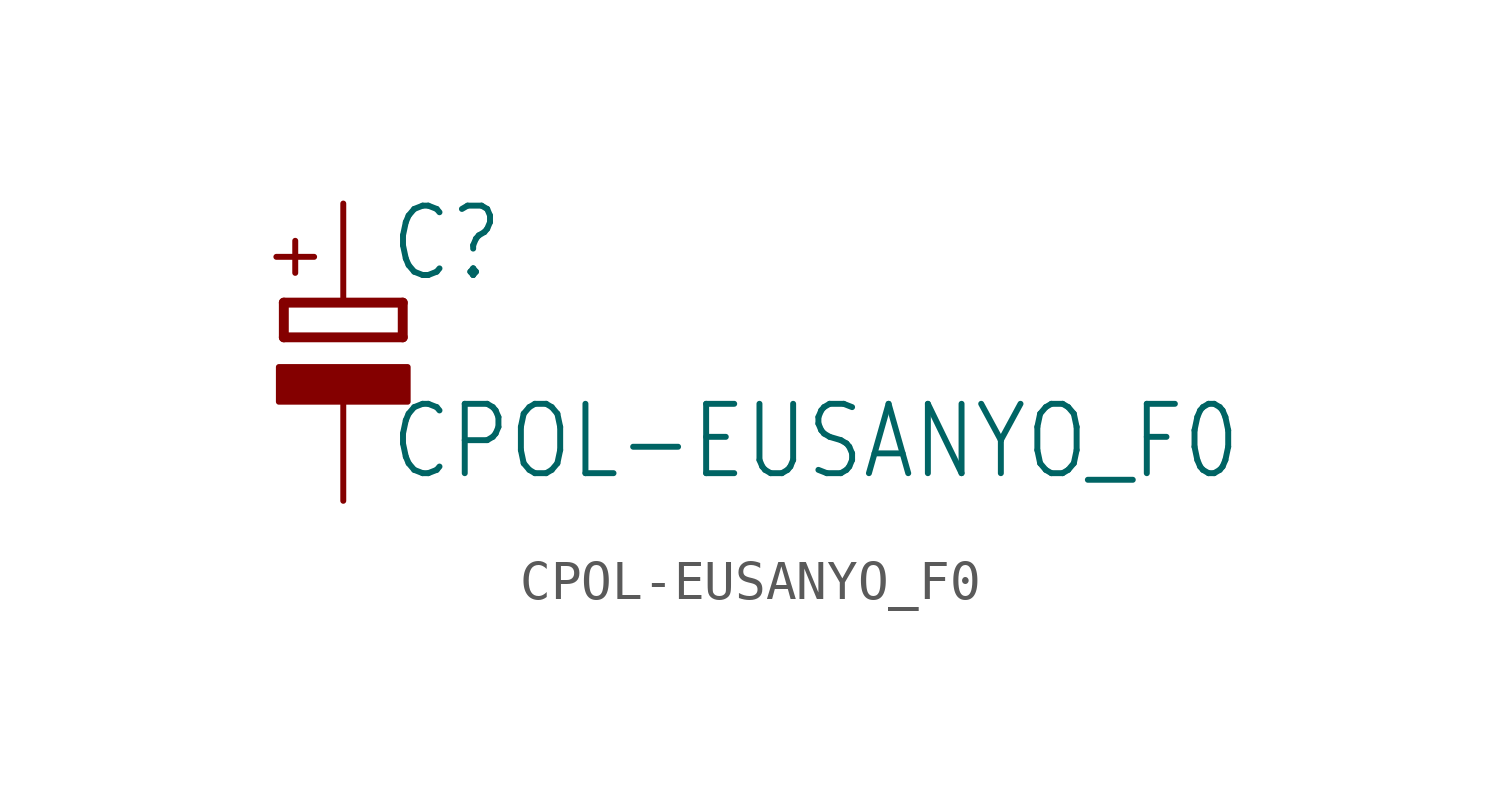
<source format=kicad_sym>
(kicad_symbol_lib
  (version 20211014)
  (generator kicad_symbol_editor)
  (symbol "CPOL-EUSANYO_F0"
    (property "Reference" "C"
      (at 1.143 0.483 0)
      (effects (font (size 1.778 1.511)) (justify left bottom)))
    (property "Value" "CPOL-EUSANYO_F0"
      (at 1.143 -4.597 0)
      (effects (font (size 1.778 1.511)) (justify left bottom)))
    (property "ki_locked" ""
      (at 0 0 0)
      (effects (font (size 1.27 1.27))))
    (symbol "CPOL-EUSANYO_F0_1_0"
      (rectangle (start -1.651 -2.54) (end 1.651 -1.651) (stroke (width 0) (type default) (color 0 0 0 0)) (fill (type outline)))
      (polyline (pts (xy -1.524 -0.889) (xy 1.524 -0.889)) (stroke (width 0.254) (type default) (color 0 0 0 0)) (fill (type none)))
      (polyline (pts (xy -1.524 0) (xy -1.524 -0.889)) (stroke (width 0.254) (type default) (color 0 0 0 0)) (fill (type none)))
      (polyline (pts (xy -1.524 0) (xy 1.524 0)) (stroke (width 0.254) (type default) (color 0 0 0 0)) (fill (type none)))
      (polyline (pts (xy 1.524 -0.889) (xy 1.524 0)) (stroke (width 0.254) (type default) (color 0 0 0 0)) (fill (type none)))
      (text "+" (at -0.584 0.406 900) (effects (font (size 1.27 1.079)) (justify left bottom)))
      (pin passive line (at 0 2.54 270) (length 2.54) (name "+" (effects (font (size 0 0)))) (number "+" (effects (font (size 0 0)))))
      (pin passive line (at 0 -5.08 90) (length 2.54) (name "-" (effects (font (size 0 0)))) (number "-" (effects (font (size 0 0))))))))
</source>
